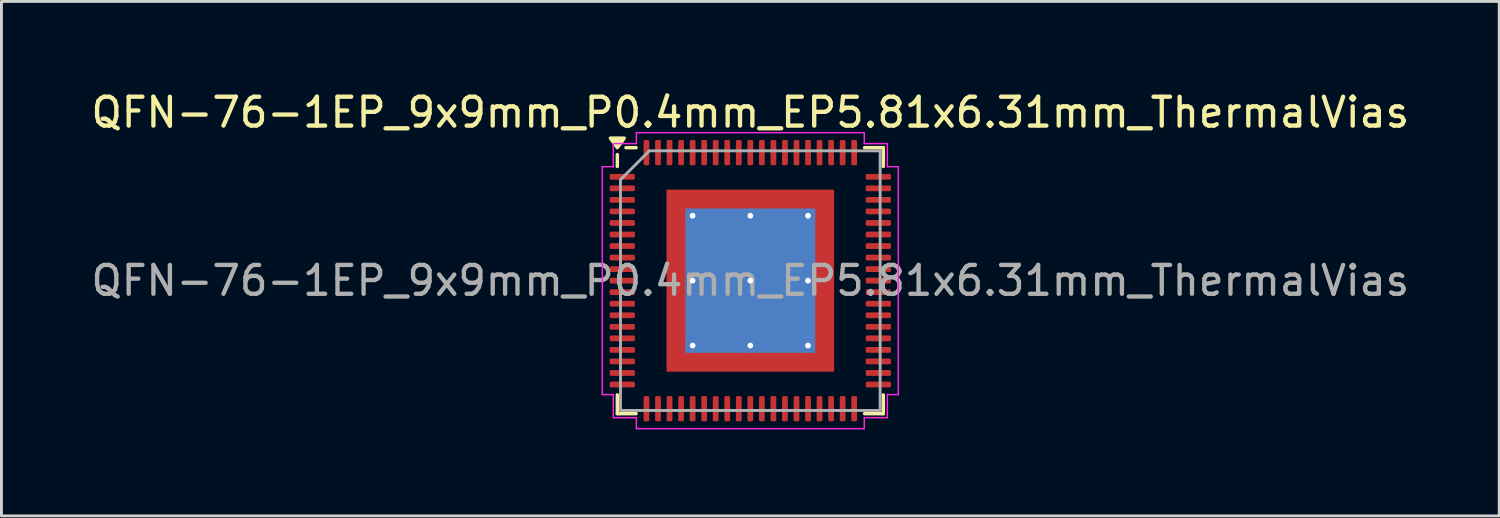
<source format=kicad_pcb>
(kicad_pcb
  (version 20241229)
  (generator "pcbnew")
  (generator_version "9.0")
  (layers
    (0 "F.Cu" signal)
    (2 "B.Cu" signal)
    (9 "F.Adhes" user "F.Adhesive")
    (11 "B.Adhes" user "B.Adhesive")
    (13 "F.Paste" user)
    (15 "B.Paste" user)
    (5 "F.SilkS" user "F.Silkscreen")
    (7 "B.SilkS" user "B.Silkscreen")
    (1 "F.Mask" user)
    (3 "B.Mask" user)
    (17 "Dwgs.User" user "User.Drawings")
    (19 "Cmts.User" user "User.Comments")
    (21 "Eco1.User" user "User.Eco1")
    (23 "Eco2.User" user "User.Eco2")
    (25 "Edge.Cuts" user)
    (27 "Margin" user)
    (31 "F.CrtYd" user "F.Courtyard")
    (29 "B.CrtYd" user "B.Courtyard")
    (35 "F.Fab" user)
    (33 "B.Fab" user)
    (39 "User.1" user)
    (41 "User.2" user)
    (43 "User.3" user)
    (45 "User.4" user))
  (footprint "QFN-76-1EP_9x9mm_P0.4mm_EP5.81x6.31mm_ThermalVias"
    (layer "F.Cu")
    (at 22.958 6.678)
    (property "Reference" "QFN-76-1EP_9x9mm_P0.4mm_EP5.81x6.31mm_ThermalVias" (at 0 -5.83 0) (layer "F.SilkS") (effects (font (size 1 1) (thickness 0.15))))
    (attr smd)
    (fp_line (start -4.61 -3.96) (end -4.61 -4.37) (stroke (width 0.12) (type solid)) (layer "F.SilkS"))
    (fp_line (start -4.61 4.61) (end -4.61 3.96) (stroke (width 0.12) (type solid)) (layer "F.SilkS"))
    (fp_line (start -3.96 -4.61) (end -4.31 -4.61) (stroke (width 0.12) (type solid)) (layer "F.SilkS"))
    (fp_line (start -3.96 4.61) (end -4.61 4.61) (stroke (width 0.12) (type solid)) (layer "F.SilkS"))
    (fp_line (start 3.96 -4.61) (end 4.61 -4.61) (stroke (width 0.12) (type solid)) (layer "F.SilkS"))
    (fp_line (start 3.96 4.61) (end 4.61 4.61) (stroke (width 0.12) (type solid)) (layer "F.SilkS"))
    (fp_line (start 4.61 -4.61) (end 4.61 -3.96) (stroke (width 0.12) (type solid)) (layer "F.SilkS"))
    (fp_line (start 4.61 4.61) (end 4.61 3.96) (stroke (width 0.12) (type solid)) (layer "F.SilkS"))
    (fp_poly (pts (xy -4.61 -4.61) (xy -4.85 -4.94) (xy -4.37 -4.94)) (stroke (width 0.12) (type solid)) (fill yes) (layer "F.SilkS"))
    (fp_line (start -5.13 -3.95) (end -4.75 -3.95) (stroke (width 0.05) (type solid)) (layer "F.CrtYd"))
    (fp_line (start -5.13 3.95) (end -5.13 -3.95) (stroke (width 0.05) (type solid)) (layer "F.CrtYd"))
    (fp_line (start -4.75 -4.75) (end -3.95 -4.75) (stroke (width 0.05) (type solid)) (layer "F.CrtYd"))
    (fp_line (start -4.75 -3.95) (end -4.75 -4.75) (stroke (width 0.05) (type solid)) (layer "F.CrtYd"))
    (fp_line (start -4.75 3.95) (end -5.13 3.95) (stroke (width 0.05) (type solid)) (layer "F.CrtYd"))
    (fp_line (start -4.75 4.75) (end -4.75 3.95) (stroke (width 0.05) (type solid)) (layer "F.CrtYd"))
    (fp_line (start -3.95 -5.13) (end 3.95 -5.13) (stroke (width 0.05) (type solid)) (layer "F.CrtYd"))
    (fp_line (start -3.95 -4.75) (end -3.95 -5.13) (stroke (width 0.05) (type solid)) (layer "F.CrtYd"))
    (fp_line (start -3.95 4.75) (end -4.75 4.75) (stroke (width 0.05) (type solid)) (layer "F.CrtYd"))
    (fp_line (start -3.95 5.13) (end -3.95 4.75) (stroke (width 0.05) (type solid)) (layer "F.CrtYd"))
    (fp_line (start 3.95 -5.13) (end 3.95 -4.75) (stroke (width 0.05) (type solid)) (layer "F.CrtYd"))
    (fp_line (start 3.95 -4.75) (end 4.75 -4.75) (stroke (width 0.05) (type solid)) (layer "F.CrtYd"))
    (fp_line (start 3.95 4.75) (end 3.95 5.13) (stroke (width 0.05) (type solid)) (layer "F.CrtYd"))
    (fp_line (start 3.95 5.13) (end -3.95 5.13) (stroke (width 0.05) (type solid)) (layer "F.CrtYd"))
    (fp_line (start 4.75 -4.75) (end 4.75 -3.95) (stroke (width 0.05) (type solid)) (layer "F.CrtYd"))
    (fp_line (start 4.75 -3.95) (end 5.13 -3.95) (stroke (width 0.05) (type solid)) (layer "F.CrtYd"))
    (fp_line (start 4.75 3.95) (end 4.75 4.75) (stroke (width 0.05) (type solid)) (layer "F.CrtYd"))
    (fp_line (start 4.75 4.75) (end 3.95 4.75) (stroke (width 0.05) (type solid)) (layer "F.CrtYd"))
    (fp_line (start 5.13 -3.95) (end 5.13 3.95) (stroke (width 0.05) (type solid)) (layer "F.CrtYd"))
    (fp_line (start 5.13 3.95) (end 4.75 3.95) (stroke (width 0.05) (type solid)) (layer "F.CrtYd"))
    (fp_poly (pts (xy -4.5 -3.5) (xy -4.5 4.5) (xy 4.5 4.5) (xy 4.5 -4.5) (xy -3.5 -4.5)) (stroke (width 0.1) (type solid)) (fill no) (layer "F.Fab"))
    (fp_text user "${REFERENCE}" (at 0 0 0) (layer "F.Fab") (effects (font (size 1 1) (thickness 0.15))))
    (pad "" smd roundrect (at -1.94 -2.1) (size 1.56 1.7) (layers "F.Paste") (roundrect_rratio 0.16))
    (pad "" smd roundrect (at -1.94 0) (size 1.56 1.7) (layers "F.Paste") (roundrect_rratio 0.16))
    (pad "" smd roundrect (at -1.94 2.1) (size 1.56 1.7) (layers "F.Paste") (roundrect_rratio 0.16))
    (pad "" smd roundrect (at 0 -2.1) (size 1.56 1.7) (layers "F.Paste") (roundrect_rratio 0.16))
    (pad "" smd roundrect (at 0 0) (size 1.56 1.7) (layers "F.Paste") (roundrect_rratio 0.16))
    (pad "" smd roundrect (at 0 2.1) (size 1.56 1.7) (layers "F.Paste") (roundrect_rratio 0.16))
    (pad "" smd roundrect (at 1.94 -2.1) (size 1.56 1.7) (layers "F.Paste") (roundrect_rratio 0.16))
    (pad "" smd roundrect (at 1.94 0) (size 1.56 1.7) (layers "F.Paste") (roundrect_rratio 0.16))
    (pad "" smd roundrect (at 1.94 2.1) (size 1.56 1.7) (layers "F.Paste") (roundrect_rratio 0.16))
    (pad "1" smd roundrect (at -4.438 -3.6) (size 0.875 0.2) (layers "F.Cu" "F.Mask" "F.Paste") (roundrect_rratio 0.25))
    (pad "2" smd roundrect (at -4.438 -3.2) (size 0.875 0.2) (layers "F.Cu" "F.Mask" "F.Paste") (roundrect_rratio 0.25))
    (pad "3" smd roundrect (at -4.438 -2.8) (size 0.875 0.2) (layers "F.Cu" "F.Mask" "F.Paste") (roundrect_rratio 0.25))
    (pad "4" smd roundrect (at -4.438 -2.4) (size 0.875 0.2) (layers "F.Cu" "F.Mask" "F.Paste") (roundrect_rratio 0.25))
    (pad "5" smd roundrect (at -4.438 -2) (size 0.875 0.2) (layers "F.Cu" "F.Mask" "F.Paste") (roundrect_rratio 0.25))
    (pad "6" smd roundrect (at -4.438 -1.6) (size 0.875 0.2) (layers "F.Cu" "F.Mask" "F.Paste") (roundrect_rratio 0.25))
    (pad "7" smd roundrect (at -4.438 -1.2) (size 0.875 0.2) (layers "F.Cu" "F.Mask" "F.Paste") (roundrect_rratio 0.25))
    (pad "8" smd roundrect (at -4.438 -0.8) (size 0.875 0.2) (layers "F.Cu" "F.Mask" "F.Paste") (roundrect_rratio 0.25))
    (pad "9" smd roundrect (at -4.438 -0.4) (size 0.875 0.2) (layers "F.Cu" "F.Mask" "F.Paste") (roundrect_rratio 0.25))
    (pad "10" smd roundrect (at -4.438 0) (size 0.875 0.2) (layers "F.Cu" "F.Mask" "F.Paste") (roundrect_rratio 0.25))
    (pad "11" smd roundrect (at -4.438 0.4) (size 0.875 0.2) (layers "F.Cu" "F.Mask" "F.Paste") (roundrect_rratio 0.25))
    (pad "12" smd roundrect (at -4.438 0.8) (size 0.875 0.2) (layers "F.Cu" "F.Mask" "F.Paste") (roundrect_rratio 0.25))
    (pad "13" smd roundrect (at -4.438 1.2) (size 0.875 0.2) (layers "F.Cu" "F.Mask" "F.Paste") (roundrect_rratio 0.25))
    (pad "14" smd roundrect (at -4.438 1.6) (size 0.875 0.2) (layers "F.Cu" "F.Mask" "F.Paste") (roundrect_rratio 0.25))
    (pad "15" smd roundrect (at -4.438 2) (size 0.875 0.2) (layers "F.Cu" "F.Mask" "F.Paste") (roundrect_rratio 0.25))
    (pad "16" smd roundrect (at -4.438 2.4) (size 0.875 0.2) (layers "F.Cu" "F.Mask" "F.Paste") (roundrect_rratio 0.25))
    (pad "17" smd roundrect (at -4.438 2.8) (size 0.875 0.2) (layers "F.Cu" "F.Mask" "F.Paste") (roundrect_rratio 0.25))
    (pad "18" smd roundrect (at -4.438 3.2) (size 0.875 0.2) (layers "F.Cu" "F.Mask" "F.Paste") (roundrect_rratio 0.25))
    (pad "19" smd roundrect (at -4.438 3.6) (size 0.875 0.2) (layers "F.Cu" "F.Mask" "F.Paste") (roundrect_rratio 0.25))
    (pad "20" smd roundrect (at -3.6 4.438) (size 0.2 0.875) (layers "F.Cu" "F.Mask" "F.Paste") (roundrect_rratio 0.25))
    (pad "21" smd roundrect (at -3.2 4.438) (size 0.2 0.875) (layers "F.Cu" "F.Mask" "F.Paste") (roundrect_rratio 0.25))
    (pad "22" smd roundrect (at -2.8 4.438) (size 0.2 0.875) (layers "F.Cu" "F.Mask" "F.Paste") (roundrect_rratio 0.25))
    (pad "23" smd roundrect (at -2.4 4.438) (size 0.2 0.875) (layers "F.Cu" "F.Mask" "F.Paste") (roundrect_rratio 0.25))
    (pad "24" smd roundrect (at -2 4.438) (size 0.2 0.875) (layers "F.Cu" "F.Mask" "F.Paste") (roundrect_rratio 0.25))
    (pad "25" smd roundrect (at -1.6 4.438) (size 0.2 0.875) (layers "F.Cu" "F.Mask" "F.Paste") (roundrect_rratio 0.25))
    (pad "26" smd roundrect (at -1.2 4.438) (size 0.2 0.875) (layers "F.Cu" "F.Mask" "F.Paste") (roundrect_rratio 0.25))
    (pad "27" smd roundrect (at -0.8 4.438) (size 0.2 0.875) (layers "F.Cu" "F.Mask" "F.Paste") (roundrect_rratio 0.25))
    (pad "28" smd roundrect (at -0.4 4.438) (size 0.2 0.875) (layers "F.Cu" "F.Mask" "F.Paste") (roundrect_rratio 0.25))
    (pad "29" smd roundrect (at 0 4.438) (size 0.2 0.875) (layers "F.Cu" "F.Mask" "F.Paste") (roundrect_rratio 0.25))
    (pad "30" smd roundrect (at 0.4 4.438) (size 0.2 0.875) (layers "F.Cu" "F.Mask" "F.Paste") (roundrect_rratio 0.25))
    (pad "31" smd roundrect (at 0.8 4.438) (size 0.2 0.875) (layers "F.Cu" "F.Mask" "F.Paste") (roundrect_rratio 0.25))
    (pad "32" smd roundrect (at 1.2 4.438) (size 0.2 0.875) (layers "F.Cu" "F.Mask" "F.Paste") (roundrect_rratio 0.25))
    (pad "33" smd roundrect (at 1.6 4.438) (size 0.2 0.875) (layers "F.Cu" "F.Mask" "F.Paste") (roundrect_rratio 0.25))
    (pad "34" smd roundrect (at 2 4.438) (size 0.2 0.875) (layers "F.Cu" "F.Mask" "F.Paste") (roundrect_rratio 0.25))
    (pad "35" smd roundrect (at 2.4 4.438) (size 0.2 0.875) (layers "F.Cu" "F.Mask" "F.Paste") (roundrect_rratio 0.25))
    (pad "36" smd roundrect (at 2.8 4.438) (size 0.2 0.875) (layers "F.Cu" "F.Mask" "F.Paste") (roundrect_rratio 0.25))
    (pad "37" smd roundrect (at 3.2 4.438) (size 0.2 0.875) (layers "F.Cu" "F.Mask" "F.Paste") (roundrect_rratio 0.25))
    (pad "38" smd roundrect (at 3.6 4.438) (size 0.2 0.875) (layers "F.Cu" "F.Mask" "F.Paste") (roundrect_rratio 0.25))
    (pad "39" smd roundrect (at 4.438 3.6) (size 0.875 0.2) (layers "F.Cu" "F.Mask" "F.Paste") (roundrect_rratio 0.25))
    (pad "40" smd roundrect (at 4.438 3.2) (size 0.875 0.2) (layers "F.Cu" "F.Mask" "F.Paste") (roundrect_rratio 0.25))
    (pad "41" smd roundrect (at 4.438 2.8) (size 0.875 0.2) (layers "F.Cu" "F.Mask" "F.Paste") (roundrect_rratio 0.25))
    (pad "42" smd roundrect (at 4.438 2.4) (size 0.875 0.2) (layers "F.Cu" "F.Mask" "F.Paste") (roundrect_rratio 0.25))
    (pad "43" smd roundrect (at 4.438 2) (size 0.875 0.2) (layers "F.Cu" "F.Mask" "F.Paste") (roundrect_rratio 0.25))
    (pad "44" smd roundrect (at 4.438 1.6) (size 0.875 0.2) (layers "F.Cu" "F.Mask" "F.Paste") (roundrect_rratio 0.25))
    (pad "45" smd roundrect (at 4.438 1.2) (size 0.875 0.2) (layers "F.Cu" "F.Mask" "F.Paste") (roundrect_rratio 0.25))
    (pad "46" smd roundrect (at 4.438 0.8) (size 0.875 0.2) (layers "F.Cu" "F.Mask" "F.Paste") (roundrect_rratio 0.25))
    (pad "47" smd roundrect (at 4.438 0.4) (size 0.875 0.2) (layers "F.Cu" "F.Mask" "F.Paste") (roundrect_rratio 0.25))
    (pad "48" smd roundrect (at 4.438 0) (size 0.875 0.2) (layers "F.Cu" "F.Mask" "F.Paste") (roundrect_rratio 0.25))
    (pad "49" smd roundrect (at 4.438 -0.4) (size 0.875 0.2) (layers "F.Cu" "F.Mask" "F.Paste") (roundrect_rratio 0.25))
    (pad "50" smd roundrect (at 4.438 -0.8) (size 0.875 0.2) (layers "F.Cu" "F.Mask" "F.Paste") (roundrect_rratio 0.25))
    (pad "51" smd roundrect (at 4.438 -1.2) (size 0.875 0.2) (layers "F.Cu" "F.Mask" "F.Paste") (roundrect_rratio 0.25))
    (pad "52" smd roundrect (at 4.438 -1.6) (size 0.875 0.2) (layers "F.Cu" "F.Mask" "F.Paste") (roundrect_rratio 0.25))
    (pad "53" smd roundrect (at 4.438 -2) (size 0.875 0.2) (layers "F.Cu" "F.Mask" "F.Paste") (roundrect_rratio 0.25))
    (pad "54" smd roundrect (at 4.438 -2.4) (size 0.875 0.2) (layers "F.Cu" "F.Mask" "F.Paste") (roundrect_rratio 0.25))
    (pad "55" smd roundrect (at 4.438 -2.8) (size 0.875 0.2) (layers "F.Cu" "F.Mask" "F.Paste") (roundrect_rratio 0.25))
    (pad "56" smd roundrect (at 4.438 -3.2) (size 0.875 0.2) (layers "F.Cu" "F.Mask" "F.Paste") (roundrect_rratio 0.25))
    (pad "57" smd roundrect (at 4.438 -3.6) (size 0.875 0.2) (layers "F.Cu" "F.Mask" "F.Paste") (roundrect_rratio 0.25))
    (pad "58" smd roundrect (at 3.6 -4.438) (size 0.2 0.875) (layers "F.Cu" "F.Mask" "F.Paste") (roundrect_rratio 0.25))
    (pad "59" smd roundrect (at 3.2 -4.438) (size 0.2 0.875) (layers "F.Cu" "F.Mask" "F.Paste") (roundrect_rratio 0.25))
    (pad "60" smd roundrect (at 2.8 -4.438) (size 0.2 0.875) (layers "F.Cu" "F.Mask" "F.Paste") (roundrect_rratio 0.25))
    (pad "61" smd roundrect (at 2.4 -4.438) (size 0.2 0.875) (layers "F.Cu" "F.Mask" "F.Paste") (roundrect_rratio 0.25))
    (pad "62" smd roundrect (at 2 -4.438) (size 0.2 0.875) (layers "F.Cu" "F.Mask" "F.Paste") (roundrect_rratio 0.25))
    (pad "63" smd roundrect (at 1.6 -4.438) (size 0.2 0.875) (layers "F.Cu" "F.Mask" "F.Paste") (roundrect_rratio 0.25))
    (pad "64" smd roundrect (at 1.2 -4.438) (size 0.2 0.875) (layers "F.Cu" "F.Mask" "F.Paste") (roundrect_rratio 0.25))
    (pad "65" smd roundrect (at 0.8 -4.438) (size 0.2 0.875) (layers "F.Cu" "F.Mask" "F.Paste") (roundrect_rratio 0.25))
    (pad "66" smd roundrect (at 0.4 -4.438) (size 0.2 0.875) (layers "F.Cu" "F.Mask" "F.Paste") (roundrect_rratio 0.25))
    (pad "67" smd roundrect (at 0 -4.438) (size 0.2 0.875) (layers "F.Cu" "F.Mask" "F.Paste") (roundrect_rratio 0.25))
    (pad "68" smd roundrect (at -0.4 -4.438) (size 0.2 0.875) (layers "F.Cu" "F.Mask" "F.Paste") (roundrect_rratio 0.25))
    (pad "69" smd roundrect (at -0.8 -4.438) (size 0.2 0.875) (layers "F.Cu" "F.Mask" "F.Paste") (roundrect_rratio 0.25))
    (pad "70" smd roundrect (at -1.2 -4.438) (size 0.2 0.875) (layers "F.Cu" "F.Mask" "F.Paste") (roundrect_rratio 0.25))
    (pad "71" smd roundrect (at -1.6 -4.438) (size 0.2 0.875) (layers "F.Cu" "F.Mask" "F.Paste") (roundrect_rratio 0.25))
    (pad "72" smd roundrect (at -2 -4.438) (size 0.2 0.875) (layers "F.Cu" "F.Mask" "F.Paste") (roundrect_rratio 0.25))
    (pad "73" smd roundrect (at -2.4 -4.438) (size 0.2 0.875) (layers "F.Cu" "F.Mask" "F.Paste") (roundrect_rratio 0.25))
    (pad "74" smd roundrect (at -2.8 -4.438) (size 0.2 0.875) (layers "F.Cu" "F.Mask" "F.Paste") (roundrect_rratio 0.25))
    (pad "75" smd roundrect (at -3.2 -4.438) (size 0.2 0.875) (layers "F.Cu" "F.Mask" "F.Paste") (roundrect_rratio 0.25))
    (pad "76" smd roundrect (at -3.6 -4.438) (size 0.2 0.875) (layers "F.Cu" "F.Mask" "F.Paste") (roundrect_rratio 0.25))
    (pad "77" thru_hole circle (at -2 -2.25) (size 0.5 0.5) (drill 0.2) (property pad_prop_heatsink) (layers "*.Cu"))
    (pad "77" thru_hole circle (at -2 0) (size 0.5 0.5) (drill 0.2) (property pad_prop_heatsink) (layers "*.Cu"))
    (pad "77" thru_hole circle (at -2 2.25) (size 0.5 0.5) (drill 0.2) (property pad_prop_heatsink) (layers "*.Cu"))
    (pad "77" thru_hole circle (at 0 -2.25) (size 0.5 0.5) (drill 0.2) (property pad_prop_heatsink) (layers "*.Cu"))
    (pad "77" thru_hole circle (at 0 0) (size 0.5 0.5) (drill 0.2) (property pad_prop_heatsink) (layers "*.Cu"))
    (pad "77" smd rect (at 0 0) (size 4.5 5) (property pad_prop_heatsink) (layers "B.Cu"))
    (pad "77" smd rect (at 0 0) (size 5.81 6.31) (property pad_prop_heatsink) (layers "F.Cu" "F.Mask"))
    (pad "77" thru_hole circle (at 0 2.25) (size 0.5 0.5) (drill 0.2) (property pad_prop_heatsink) (layers "*.Cu"))
    (pad "77" thru_hole circle (at 2 -2.25) (size 0.5 0.5) (drill 0.2) (property pad_prop_heatsink) (layers "*.Cu"))
    (pad "77" thru_hole circle (at 2 0) (size 0.5 0.5) (drill 0.2) (property pad_prop_heatsink) (layers "*.Cu"))
    (pad "77" thru_hole circle (at 2 2.25) (size 0.5 0.5) (drill 0.2) (property pad_prop_heatsink) (layers "*.Cu")))
  (gr_rect
    (start -3 -3)
    (end 48.917 14.833)
    (stroke (width 0.1) (type default))
    (fill no)
    (layer "Edge.Cuts")))
</source>
